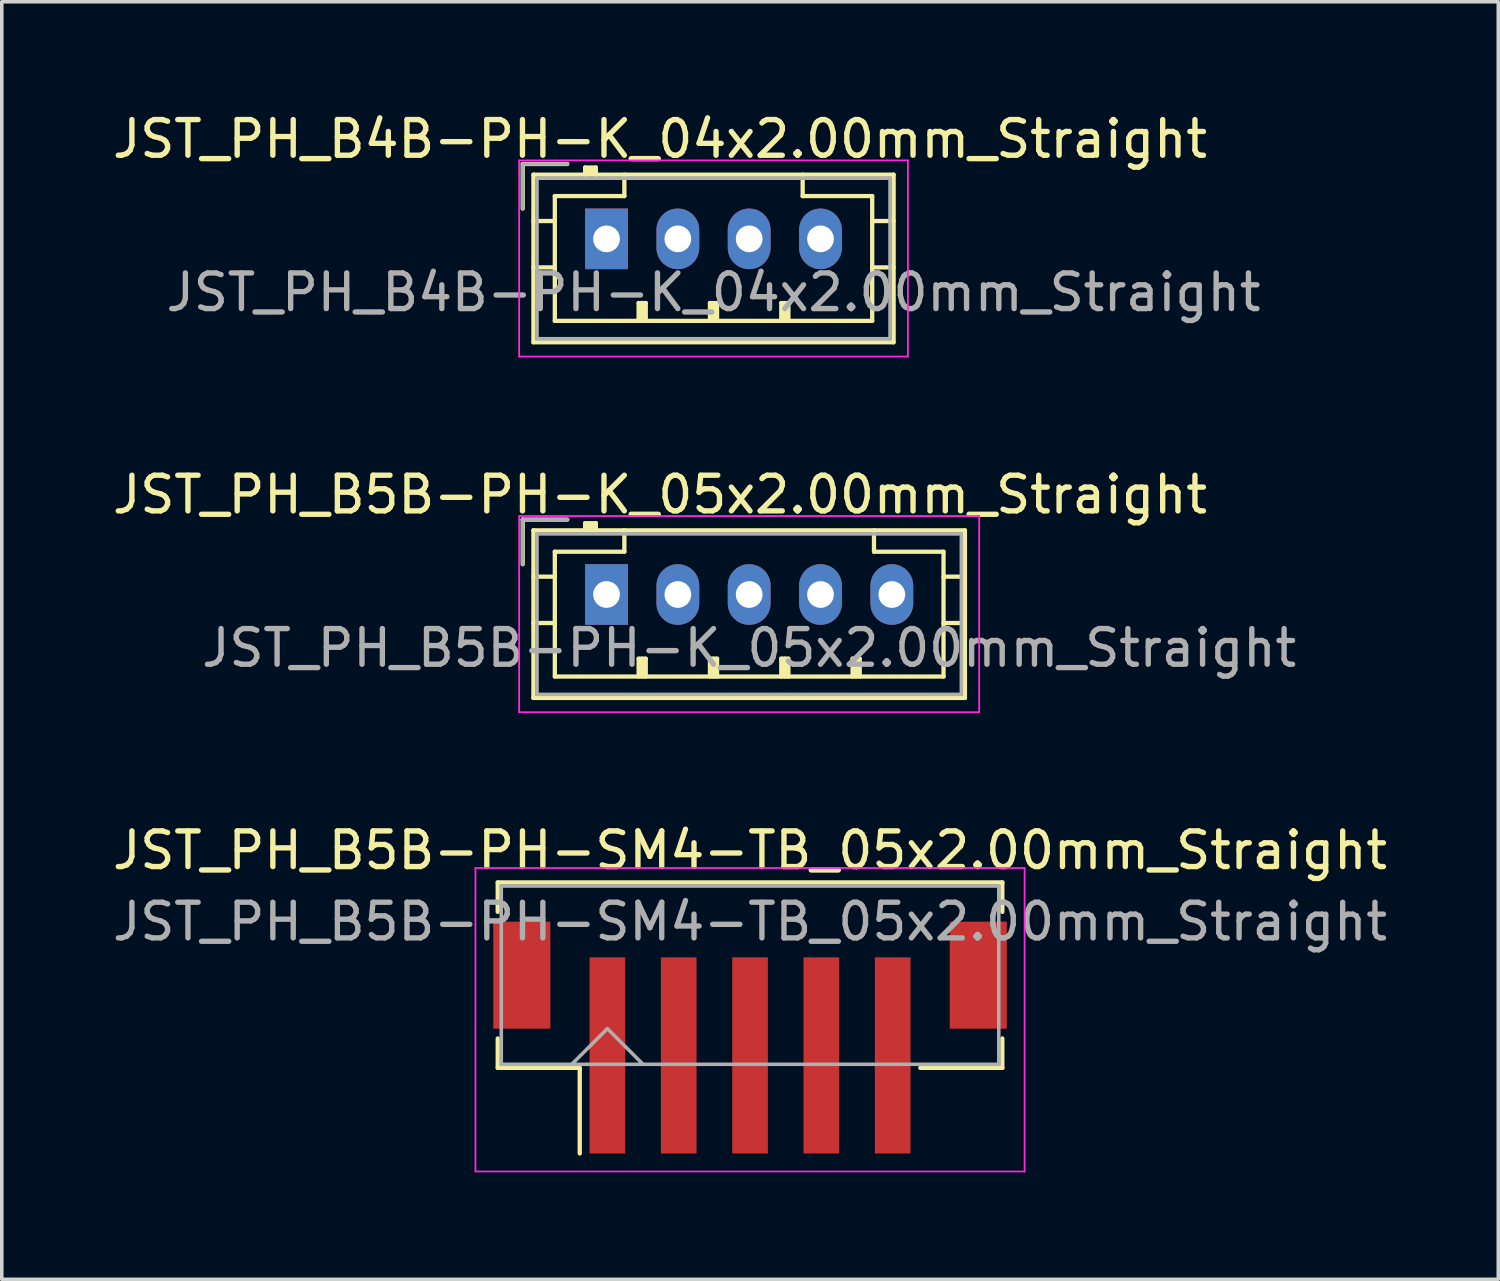
<source format=kicad_pcb>
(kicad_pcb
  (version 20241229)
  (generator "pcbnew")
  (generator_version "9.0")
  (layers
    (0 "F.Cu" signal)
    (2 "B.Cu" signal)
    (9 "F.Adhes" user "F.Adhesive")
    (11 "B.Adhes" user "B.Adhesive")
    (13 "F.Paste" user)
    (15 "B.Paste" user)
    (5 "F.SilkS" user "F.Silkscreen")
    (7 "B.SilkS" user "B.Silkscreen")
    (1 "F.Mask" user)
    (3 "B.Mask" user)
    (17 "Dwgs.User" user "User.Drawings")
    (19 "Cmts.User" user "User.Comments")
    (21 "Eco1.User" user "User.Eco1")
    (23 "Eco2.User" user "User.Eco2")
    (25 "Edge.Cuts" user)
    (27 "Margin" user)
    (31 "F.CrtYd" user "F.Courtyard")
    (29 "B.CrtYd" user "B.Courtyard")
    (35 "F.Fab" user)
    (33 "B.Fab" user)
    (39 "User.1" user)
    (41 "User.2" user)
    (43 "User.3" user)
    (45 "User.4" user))
  (footprint "JST_PH_B5B-PH-K_05x2.00mm_Straight"
    (layer "F.Cu")
    (at 13.958 13.621)
    (property "Reference" "JST_PH_B5B-PH-K_05x2.00mm_Straight" (at 1.5 -2.8 0) (layer "F.SilkS") (effects (font (size 1 1) (thickness 0.15))))
    (attr through_hole)
    (fp_line (start -2.35 -2.1) (end -2.35 -0.85) (stroke (width 0.12) (type solid)) (layer "F.SilkS"))
    (fp_line (start -2.05 -1.8) (end -2.05 2.9) (stroke (width 0.12) (type solid)) (layer "F.SilkS"))
    (fp_line (start -2.05 -0.5) (end -1.45 -0.5) (stroke (width 0.12) (type solid)) (layer "F.SilkS"))
    (fp_line (start -2.05 0.8) (end -1.45 0.8) (stroke (width 0.12) (type solid)) (layer "F.SilkS"))
    (fp_line (start -2.05 2.9) (end 10.05 2.9) (stroke (width 0.12) (type solid)) (layer "F.SilkS"))
    (fp_line (start -1.45 -1.2) (end -1.45 2.3) (stroke (width 0.12) (type solid)) (layer "F.SilkS"))
    (fp_line (start -1.45 2.3) (end 9.45 2.3) (stroke (width 0.12) (type solid)) (layer "F.SilkS"))
    (fp_line (start -1.1 -2.1) (end -2.35 -2.1) (stroke (width 0.12) (type solid)) (layer "F.SilkS"))
    (fp_line (start -0.6 -2) (end -0.6 -1.8) (stroke (width 0.12) (type solid)) (layer "F.SilkS"))
    (fp_line (start -0.3 -2) (end -0.6 -2) (stroke (width 0.12) (type solid)) (layer "F.SilkS"))
    (fp_line (start -0.3 -1.9) (end -0.6 -1.9) (stroke (width 0.12) (type solid)) (layer "F.SilkS"))
    (fp_line (start -0.3 -1.8) (end -0.3 -2) (stroke (width 0.12) (type solid)) (layer "F.SilkS"))
    (fp_line (start 0.5 -1.8) (end 0.5 -1.2) (stroke (width 0.12) (type solid)) (layer "F.SilkS"))
    (fp_line (start 0.5 -1.2) (end -1.45 -1.2) (stroke (width 0.12) (type solid)) (layer "F.SilkS"))
    (fp_line (start 0.9 1.8) (end 1.1 1.8) (stroke (width 0.12) (type solid)) (layer "F.SilkS"))
    (fp_line (start 0.9 2.3) (end 0.9 1.8) (stroke (width 0.12) (type solid)) (layer "F.SilkS"))
    (fp_line (start 1 2.3) (end 1 1.8) (stroke (width 0.12) (type solid)) (layer "F.SilkS"))
    (fp_line (start 1.1 1.8) (end 1.1 2.3) (stroke (width 0.12) (type solid)) (layer "F.SilkS"))
    (fp_line (start 2.9 1.8) (end 3.1 1.8) (stroke (width 0.12) (type solid)) (layer "F.SilkS"))
    (fp_line (start 2.9 2.3) (end 2.9 1.8) (stroke (width 0.12) (type solid)) (layer "F.SilkS"))
    (fp_line (start 3 2.3) (end 3 1.8) (stroke (width 0.12) (type solid)) (layer "F.SilkS"))
    (fp_line (start 3.1 1.8) (end 3.1 2.3) (stroke (width 0.12) (type solid)) (layer "F.SilkS"))
    (fp_line (start 4.9 1.8) (end 5.1 1.8) (stroke (width 0.12) (type solid)) (layer "F.SilkS"))
    (fp_line (start 4.9 2.3) (end 4.9 1.8) (stroke (width 0.12) (type solid)) (layer "F.SilkS"))
    (fp_line (start 5 2.3) (end 5 1.8) (stroke (width 0.12) (type solid)) (layer "F.SilkS"))
    (fp_line (start 5.1 1.8) (end 5.1 2.3) (stroke (width 0.12) (type solid)) (layer "F.SilkS"))
    (fp_line (start 6.9 1.8) (end 7.1 1.8) (stroke (width 0.12) (type solid)) (layer "F.SilkS"))
    (fp_line (start 6.9 2.3) (end 6.9 1.8) (stroke (width 0.12) (type solid)) (layer "F.SilkS"))
    (fp_line (start 7 2.3) (end 7 1.8) (stroke (width 0.12) (type solid)) (layer "F.SilkS"))
    (fp_line (start 7.1 1.8) (end 7.1 2.3) (stroke (width 0.12) (type solid)) (layer "F.SilkS"))
    (fp_line (start 7.5 -1.2) (end 7.5 -1.8) (stroke (width 0.12) (type solid)) (layer "F.SilkS"))
    (fp_line (start 9.45 -1.2) (end 7.5 -1.2) (stroke (width 0.12) (type solid)) (layer "F.SilkS"))
    (fp_line (start 9.45 2.3) (end 9.45 -1.2) (stroke (width 0.12) (type solid)) (layer "F.SilkS"))
    (fp_line (start 10.05 -1.8) (end -2.05 -1.8) (stroke (width 0.12) (type solid)) (layer "F.SilkS"))
    (fp_line (start 10.05 -0.5) (end 9.45 -0.5) (stroke (width 0.12) (type solid)) (layer "F.SilkS"))
    (fp_line (start 10.05 0.8) (end 9.45 0.8) (stroke (width 0.12) (type solid)) (layer "F.SilkS"))
    (fp_line (start 10.05 2.9) (end 10.05 -1.8) (stroke (width 0.12) (type solid)) (layer "F.SilkS"))
    (fp_line (start -2.45 -2.2) (end -2.45 3.3) (stroke (width 0.05) (type solid)) (layer "F.CrtYd"))
    (fp_line (start -2.45 3.3) (end 10.45 3.3) (stroke (width 0.05) (type solid)) (layer "F.CrtYd"))
    (fp_line (start 10.45 -2.2) (end -2.45 -2.2) (stroke (width 0.05) (type solid)) (layer "F.CrtYd"))
    (fp_line (start 10.45 3.3) (end 10.45 -2.2) (stroke (width 0.05) (type solid)) (layer "F.CrtYd"))
    (fp_line (start -2.35 -2.1) (end -2.35 -0.85) (stroke (width 0.1) (type solid)) (layer "F.Fab"))
    (fp_line (start -1.95 -1.7) (end -1.95 2.8) (stroke (width 0.1) (type solid)) (layer "F.Fab"))
    (fp_line (start -1.95 2.8) (end 9.95 2.8) (stroke (width 0.1) (type solid)) (layer "F.Fab"))
    (fp_line (start -1.1 -2.1) (end -2.35 -2.1) (stroke (width 0.1) (type solid)) (layer "F.Fab"))
    (fp_line (start 9.95 -1.7) (end -1.95 -1.7) (stroke (width 0.1) (type solid)) (layer "F.Fab"))
    (fp_line (start 9.95 2.8) (end 9.95 -1.7) (stroke (width 0.1) (type solid)) (layer "F.Fab"))
    (fp_text user "${REFERENCE}" (at 4 1.5 0) (layer "F.Fab") (effects (font (size 1 1) (thickness 0.15))))
    (pad "1" thru_hole rect (at 0 0) (size 1.2 1.7) (drill 0.75) (layers "*.Cu" "*.Mask"))
    (pad "2" thru_hole oval (at 2 0) (size 1.2 1.7) (drill 0.75) (layers "*.Cu" "*.Mask"))
    (pad "3" thru_hole oval (at 4 0) (size 1.2 1.7) (drill 0.75) (layers "*.Cu" "*.Mask"))
    (pad "4" thru_hole oval (at 6 0) (size 1.2 1.7) (drill 0.75) (layers "*.Cu" "*.Mask"))
    (pad "5" thru_hole oval (at 8 0) (size 1.2 1.7) (drill 0.75) (layers "*.Cu" "*.Mask")))
  (footprint "JST_PH_B5B-PH-SM4-TB_05x2.00mm_Straight"
    (layer "F.Cu")
    (at 17.982 25.42)
    (property "Reference" "JST_PH_B5B-PH-SM4-TB_05x2.00mm_Straight" (at 0 -4.625 0) (layer "F.SilkS") (effects (font (size 1 1) (thickness 0.15))))
    (attr smd)
    (fp_line (start -7.075 -3.725) (end 7.075 -3.725) (stroke (width 0.12) (type solid)) (layer "F.SilkS"))
    (fp_line (start -7.075 -2.9) (end -7.075 -3.725) (stroke (width 0.12) (type solid)) (layer "F.SilkS"))
    (fp_line (start -7.075 0.65) (end -7.075 1.475) (stroke (width 0.12) (type solid)) (layer "F.SilkS"))
    (fp_line (start -7.075 1.475) (end -4.775 1.475) (stroke (width 0.12) (type solid)) (layer "F.SilkS"))
    (fp_line (start -4.775 1.475) (end -4.775 3.875) (stroke (width 0.12) (type solid)) (layer "F.SilkS"))
    (fp_line (start 7.075 -3.725) (end 7.075 -2.9) (stroke (width 0.12) (type solid)) (layer "F.SilkS"))
    (fp_line (start 7.075 0.65) (end 7.075 1.475) (stroke (width 0.12) (type solid)) (layer "F.SilkS"))
    (fp_line (start 7.075 1.475) (end 4.775 1.475) (stroke (width 0.12) (type solid)) (layer "F.SilkS"))
    (fp_line (start -7.7 -4.13) (end -7.7 4.38) (stroke (width 0.05) (type solid)) (layer "F.CrtYd"))
    (fp_line (start -7.7 4.38) (end 7.7 4.38) (stroke (width 0.05) (type solid)) (layer "F.CrtYd"))
    (fp_line (start 7.7 -4.13) (end -7.7 -4.13) (stroke (width 0.05) (type solid)) (layer "F.CrtYd"))
    (fp_line (start 7.7 4.38) (end 7.7 -4.13) (stroke (width 0.05) (type solid)) (layer "F.CrtYd"))
    (fp_line (start -6.975 -3.625) (end -6.975 1.375) (stroke (width 0.1) (type solid)) (layer "F.Fab"))
    (fp_line (start -6.975 1.375) (end 6.975 1.375) (stroke (width 0.1) (type solid)) (layer "F.Fab"))
    (fp_line (start -5 1.375) (end -4 0.375) (stroke (width 0.1) (type solid)) (layer "F.Fab"))
    (fp_line (start -4 0.375) (end -3 1.375) (stroke (width 0.1) (type solid)) (layer "F.Fab"))
    (fp_line (start 6.975 -3.625) (end -6.975 -3.625) (stroke (width 0.1) (type solid)) (layer "F.Fab"))
    (fp_line (start 6.975 1.375) (end 6.975 -3.625) (stroke (width 0.1) (type solid)) (layer "F.Fab"))
    (fp_text user "${REFERENCE}" (at 0 -2.625 0) (layer "F.Fab") (effects (font (size 1 1) (thickness 0.15))))
    (pad "" smd rect (at -6.4 -1.125) (size 1.6 3) (layers "F.Cu" "F.Mask" "F.Paste"))
    (pad "" smd rect (at 6.4 -1.125) (size 1.6 3) (layers "F.Cu" "F.Mask" "F.Paste"))
    (pad "1" smd rect (at -4 1.125) (size 1 5.5) (layers "F.Cu" "F.Mask" "F.Paste"))
    (pad "2" smd rect (at -2 1.125) (size 1 5.5) (layers "F.Cu" "F.Mask" "F.Paste"))
    (pad "3" smd rect (at 0 1.125) (size 1 5.5) (layers "F.Cu" "F.Mask" "F.Paste"))
    (pad "4" smd rect (at 2 1.125) (size 1 5.5) (layers "F.Cu" "F.Mask" "F.Paste"))
    (pad "5" smd rect (at 4 1.125) (size 1 5.5) (layers "F.Cu" "F.Mask" "F.Paste")))
  (footprint "JST_PH_B4B-PH-K_04x2.00mm_Straight"
    (layer "F.Cu")
    (at 13.958 3.648)
    (property "Reference" "JST_PH_B4B-PH-K_04x2.00mm_Straight" (at 1.5 -2.8 0) (layer "F.SilkS") (effects (font (size 1 1) (thickness 0.15))))
    (attr through_hole)
    (fp_line (start -2.35 -2.1) (end -2.35 -0.85) (stroke (width 0.12) (type solid)) (layer "F.SilkS"))
    (fp_line (start -2.05 -1.8) (end -2.05 2.9) (stroke (width 0.12) (type solid)) (layer "F.SilkS"))
    (fp_line (start -2.05 -0.5) (end -1.45 -0.5) (stroke (width 0.12) (type solid)) (layer "F.SilkS"))
    (fp_line (start -2.05 0.8) (end -1.45 0.8) (stroke (width 0.12) (type solid)) (layer "F.SilkS"))
    (fp_line (start -2.05 2.9) (end 8.05 2.9) (stroke (width 0.12) (type solid)) (layer "F.SilkS"))
    (fp_line (start -1.45 -1.2) (end -1.45 2.3) (stroke (width 0.12) (type solid)) (layer "F.SilkS"))
    (fp_line (start -1.45 2.3) (end 7.45 2.3) (stroke (width 0.12) (type solid)) (layer "F.SilkS"))
    (fp_line (start -1.1 -2.1) (end -2.35 -2.1) (stroke (width 0.12) (type solid)) (layer "F.SilkS"))
    (fp_line (start -0.6 -2) (end -0.6 -1.8) (stroke (width 0.12) (type solid)) (layer "F.SilkS"))
    (fp_line (start -0.3 -2) (end -0.6 -2) (stroke (width 0.12) (type solid)) (layer "F.SilkS"))
    (fp_line (start -0.3 -1.9) (end -0.6 -1.9) (stroke (width 0.12) (type solid)) (layer "F.SilkS"))
    (fp_line (start -0.3 -1.8) (end -0.3 -2) (stroke (width 0.12) (type solid)) (layer "F.SilkS"))
    (fp_line (start 0.5 -1.8) (end 0.5 -1.2) (stroke (width 0.12) (type solid)) (layer "F.SilkS"))
    (fp_line (start 0.5 -1.2) (end -1.45 -1.2) (stroke (width 0.12) (type solid)) (layer "F.SilkS"))
    (fp_line (start 0.9 1.8) (end 1.1 1.8) (stroke (width 0.12) (type solid)) (layer "F.SilkS"))
    (fp_line (start 0.9 2.3) (end 0.9 1.8) (stroke (width 0.12) (type solid)) (layer "F.SilkS"))
    (fp_line (start 1 2.3) (end 1 1.8) (stroke (width 0.12) (type solid)) (layer "F.SilkS"))
    (fp_line (start 1.1 1.8) (end 1.1 2.3) (stroke (width 0.12) (type solid)) (layer "F.SilkS"))
    (fp_line (start 2.9 1.8) (end 3.1 1.8) (stroke (width 0.12) (type solid)) (layer "F.SilkS"))
    (fp_line (start 2.9 2.3) (end 2.9 1.8) (stroke (width 0.12) (type solid)) (layer "F.SilkS"))
    (fp_line (start 3 2.3) (end 3 1.8) (stroke (width 0.12) (type solid)) (layer "F.SilkS"))
    (fp_line (start 3.1 1.8) (end 3.1 2.3) (stroke (width 0.12) (type solid)) (layer "F.SilkS"))
    (fp_line (start 4.9 1.8) (end 5.1 1.8) (stroke (width 0.12) (type solid)) (layer "F.SilkS"))
    (fp_line (start 4.9 2.3) (end 4.9 1.8) (stroke (width 0.12) (type solid)) (layer "F.SilkS"))
    (fp_line (start 5 2.3) (end 5 1.8) (stroke (width 0.12) (type solid)) (layer "F.SilkS"))
    (fp_line (start 5.1 1.8) (end 5.1 2.3) (stroke (width 0.12) (type solid)) (layer "F.SilkS"))
    (fp_line (start 5.5 -1.2) (end 5.5 -1.8) (stroke (width 0.12) (type solid)) (layer "F.SilkS"))
    (fp_line (start 7.45 -1.2) (end 5.5 -1.2) (stroke (width 0.12) (type solid)) (layer "F.SilkS"))
    (fp_line (start 7.45 2.3) (end 7.45 -1.2) (stroke (width 0.12) (type solid)) (layer "F.SilkS"))
    (fp_line (start 8.05 -1.8) (end -2.05 -1.8) (stroke (width 0.12) (type solid)) (layer "F.SilkS"))
    (fp_line (start 8.05 -0.5) (end 7.45 -0.5) (stroke (width 0.12) (type solid)) (layer "F.SilkS"))
    (fp_line (start 8.05 0.8) (end 7.45 0.8) (stroke (width 0.12) (type solid)) (layer "F.SilkS"))
    (fp_line (start 8.05 2.9) (end 8.05 -1.8) (stroke (width 0.12) (type solid)) (layer "F.SilkS"))
    (fp_line (start -2.45 -2.2) (end -2.45 3.3) (stroke (width 0.05) (type solid)) (layer "F.CrtYd"))
    (fp_line (start -2.45 3.3) (end 8.45 3.3) (stroke (width 0.05) (type solid)) (layer "F.CrtYd"))
    (fp_line (start 8.45 -2.2) (end -2.45 -2.2) (stroke (width 0.05) (type solid)) (layer "F.CrtYd"))
    (fp_line (start 8.45 3.3) (end 8.45 -2.2) (stroke (width 0.05) (type solid)) (layer "F.CrtYd"))
    (fp_line (start -2.35 -2.1) (end -2.35 -0.85) (stroke (width 0.1) (type solid)) (layer "F.Fab"))
    (fp_line (start -1.95 -1.7) (end -1.95 2.8) (stroke (width 0.1) (type solid)) (layer "F.Fab"))
    (fp_line (start -1.95 2.8) (end 7.95 2.8) (stroke (width 0.1) (type solid)) (layer "F.Fab"))
    (fp_line (start -1.1 -2.1) (end -2.35 -2.1) (stroke (width 0.1) (type solid)) (layer "F.Fab"))
    (fp_line (start 7.95 -1.7) (end -1.95 -1.7) (stroke (width 0.1) (type solid)) (layer "F.Fab"))
    (fp_line (start 7.95 2.8) (end 7.95 -1.7) (stroke (width 0.1) (type solid)) (layer "F.Fab"))
    (fp_text user "${REFERENCE}" (at 3 1.5 0) (layer "F.Fab") (effects (font (size 1 1) (thickness 0.15))))
    (pad "1" thru_hole rect (at 0 0) (size 1.2 1.7) (drill 0.75) (layers "*.Cu" "*.Mask"))
    (pad "2" thru_hole oval (at 2 0) (size 1.2 1.7) (drill 0.75) (layers "*.Cu" "*.Mask"))
    (pad "3" thru_hole oval (at 4 0) (size 1.2 1.7) (drill 0.75) (layers "*.Cu" "*.Mask"))
    (pad "4" thru_hole oval (at 6 0) (size 1.2 1.7) (drill 0.75) (layers "*.Cu" "*.Mask")))
  (gr_rect
    (start -3 -3)
    (end 38.964 32.825)
    (stroke (width 0.1) (type default))
    (fill no)
    (layer "Edge.Cuts")))
</source>
